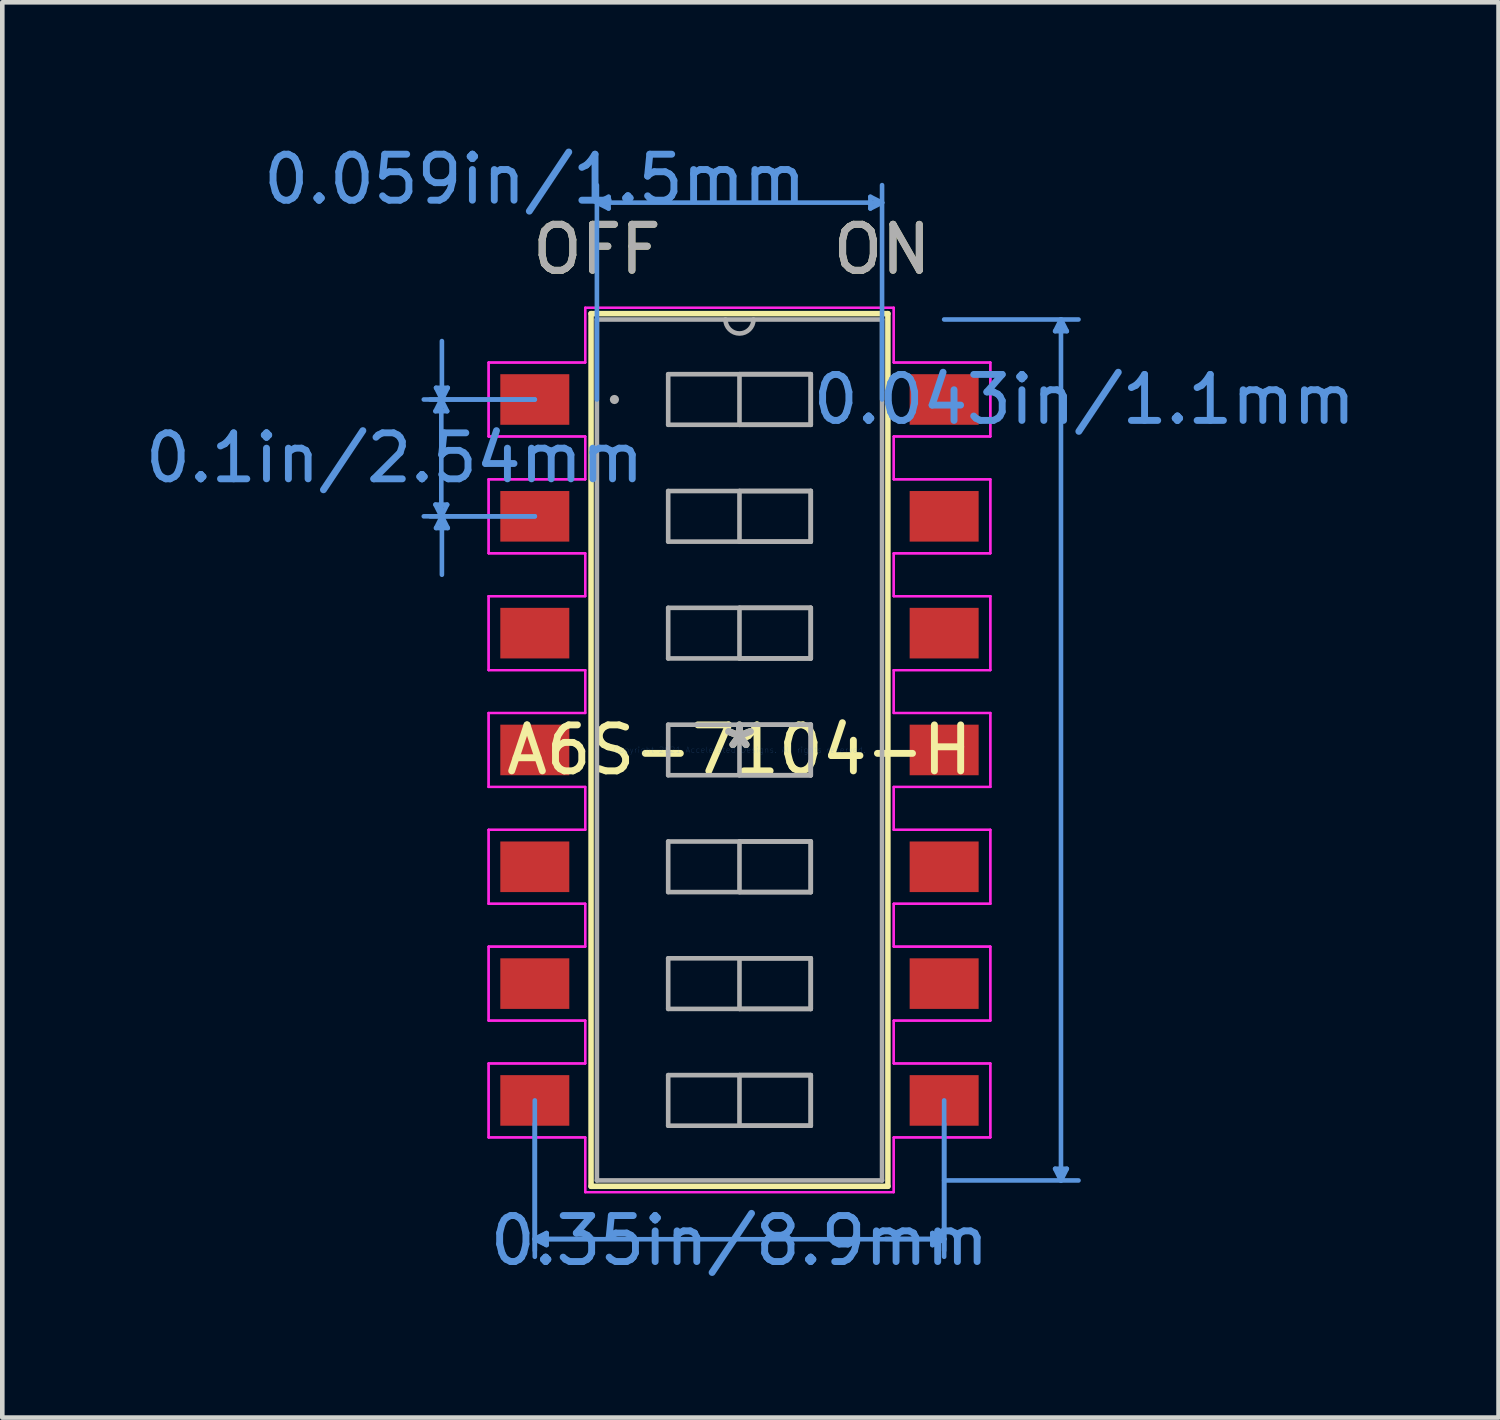
<source format=kicad_pcb>
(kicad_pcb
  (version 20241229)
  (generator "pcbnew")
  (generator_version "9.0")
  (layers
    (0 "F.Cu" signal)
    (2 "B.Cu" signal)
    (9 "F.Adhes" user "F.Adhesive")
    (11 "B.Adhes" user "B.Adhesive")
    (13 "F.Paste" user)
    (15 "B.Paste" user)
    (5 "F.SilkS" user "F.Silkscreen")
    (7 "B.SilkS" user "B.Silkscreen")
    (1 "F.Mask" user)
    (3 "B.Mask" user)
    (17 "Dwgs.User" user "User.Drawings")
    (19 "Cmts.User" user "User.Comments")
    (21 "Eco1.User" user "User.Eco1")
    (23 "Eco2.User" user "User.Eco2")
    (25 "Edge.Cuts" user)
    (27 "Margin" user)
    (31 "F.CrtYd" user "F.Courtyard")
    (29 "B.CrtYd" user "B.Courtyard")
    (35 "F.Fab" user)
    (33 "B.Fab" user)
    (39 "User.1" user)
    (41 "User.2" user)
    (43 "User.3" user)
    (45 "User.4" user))
  (footprint "A6S-7104-H"
    (layer "F.Cu")
    (at 13.028 13.256)
    (property "Reference" "A6S-7104-H" (at 0 0 0) (layer "F.SilkS") (effects (font (size 1 1) (thickness 0.15))))
    (attr through_hole)
    (fp_line (start -3.227 -9.487) (end -3.227 9.487) (stroke (width 0.12) (type solid)) (layer "F.SilkS"))
    (fp_line (start -3.227 9.487) (end 3.227 9.487) (stroke (width 0.12) (type solid)) (layer "F.SilkS"))
    (fp_line (start 3.227 -9.487) (end -3.227 -9.487) (stroke (width 0.12) (type solid)) (layer "F.SilkS"))
    (fp_line (start 3.227 9.487) (end 3.227 -9.487) (stroke (width 0.12) (type solid)) (layer "F.SilkS"))
    (fp_line (start -6.61 -5.334) (end -6.483 -5.08) (stroke (width 0.1) (type solid)) (layer "Cmts.User"))
    (fp_line (start -6.61 -7.366) (end -6.483 -7.62) (stroke (width 0.1) (type solid)) (layer "Cmts.User"))
    (fp_line (start -6.61 -7.366) (end -6.356 -7.366) (stroke (width 0.1) (type solid)) (layer "Cmts.User"))
    (fp_line (start -6.597 -7.874) (end -6.47 -7.62) (stroke (width 0.1) (type solid)) (layer "Cmts.User"))
    (fp_line (start -6.597 -4.826) (end -6.47 -5.08) (stroke (width 0.1) (type solid)) (layer "Cmts.User"))
    (fp_line (start -6.483 -7.62) (end -6.483 -5.08) (stroke (width 0.1) (type solid)) (layer "Cmts.User"))
    (fp_line (start -6.47 -7.62) (end -6.47 -8.89) (stroke (width 0.1) (type solid)) (layer "Cmts.User"))
    (fp_line (start -6.47 -7.62) (end -6.343 -7.874) (stroke (width 0.1) (type solid)) (layer "Cmts.User"))
    (fp_line (start -6.47 -5.08) (end -6.47 -3.81) (stroke (width 0.1) (type solid)) (layer "Cmts.User"))
    (fp_line (start -6.47 -5.08) (end -6.343 -4.826) (stroke (width 0.1) (type solid)) (layer "Cmts.User"))
    (fp_line (start -6.356 -5.334) (end -6.61 -5.334) (stroke (width 0.1) (type solid)) (layer "Cmts.User"))
    (fp_line (start -6.356 -5.334) (end -6.483 -5.08) (stroke (width 0.1) (type solid)) (layer "Cmts.User"))
    (fp_line (start -6.356 -7.366) (end -6.483 -7.62) (stroke (width 0.1) (type solid)) (layer "Cmts.User"))
    (fp_line (start -6.343 -7.874) (end -6.597 -7.874) (stroke (width 0.1) (type solid)) (layer "Cmts.User"))
    (fp_line (start -6.343 -4.826) (end -6.597 -4.826) (stroke (width 0.1) (type solid)) (layer "Cmts.User"))
    (fp_line (start -4.45 10.638) (end 4.45 10.638) (stroke (width 0.1) (type solid)) (layer "Cmts.User"))
    (fp_line (start -4.45 8.128) (end -4.45 11.019) (stroke (width 0.1) (type solid)) (layer "Cmts.User"))
    (fp_line (start -4.45 -7.62) (end -6.864 -7.62) (stroke (width 0.1) (type solid)) (layer "Cmts.User"))
    (fp_line (start -4.45 -7.62) (end -6.724 -7.62) (stroke (width 0.1) (type solid)) (layer "Cmts.User"))
    (fp_line (start -4.45 -5.08) (end -6.864 -5.08) (stroke (width 0.1) (type solid)) (layer "Cmts.User"))
    (fp_line (start -4.45 -5.08) (end -6.724 -5.08) (stroke (width 0.1) (type solid)) (layer "Cmts.User"))
    (fp_line (start -4.45 7.62) (end -4.45 10.884) (stroke (width 0.1) (type solid)) (layer "Cmts.User"))
    (fp_line (start -4.45 10.63) (end -4.196 10.757) (stroke (width 0.1) (type solid)) (layer "Cmts.User"))
    (fp_line (start -4.45 10.63) (end -3.18 10.63) (stroke (width 0.1) (type solid)) (layer "Cmts.User"))
    (fp_line (start -4.196 10.511) (end -4.45 10.638) (stroke (width 0.1) (type solid)) (layer "Cmts.User"))
    (fp_line (start -4.196 10.765) (end -4.45 10.638) (stroke (width 0.1) (type solid)) (layer "Cmts.User"))
    (fp_line (start -4.196 10.765) (end -4.196 10.511) (stroke (width 0.1) (type solid)) (layer "Cmts.User"))
    (fp_line (start -4.196 10.503) (end -4.45 10.63) (stroke (width 0.1) (type solid)) (layer "Cmts.User"))
    (fp_line (start -4.196 10.757) (end -4.196 10.503) (stroke (width 0.1) (type solid)) (layer "Cmts.User"))
    (fp_line (start -3.1 -11.9) (end -2.846 -12.027) (stroke (width 0.1) (type solid)) (layer "Cmts.User"))
    (fp_line (start -3.1 -11.9) (end -2.846 -11.773) (stroke (width 0.1) (type solid)) (layer "Cmts.User"))
    (fp_line (start -3.1 -11.9) (end 3.1 -11.9) (stroke (width 0.1) (type solid)) (layer "Cmts.User"))
    (fp_line (start -3.1 -7.62) (end -3.1 -12.281) (stroke (width 0.1) (type solid)) (layer "Cmts.User"))
    (fp_line (start -2.846 -12.027) (end -2.846 -11.773) (stroke (width 0.1) (type solid)) (layer "Cmts.User"))
    (fp_line (start 2.846 -12.027) (end 2.846 -11.773) (stroke (width 0.1) (type solid)) (layer "Cmts.User"))
    (fp_line (start 3.1 -11.9) (end 2.846 -12.027) (stroke (width 0.1) (type solid)) (layer "Cmts.User"))
    (fp_line (start 3.1 -11.9) (end 2.846 -11.773) (stroke (width 0.1) (type solid)) (layer "Cmts.User"))
    (fp_line (start 3.1 -7.62) (end 3.1 -12.281) (stroke (width 0.1) (type solid)) (layer "Cmts.User"))
    (fp_line (start 4.196 10.511) (end 4.196 10.765) (stroke (width 0.1) (type solid)) (layer "Cmts.User"))
    (fp_line (start 4.196 10.511) (end 4.45 10.638) (stroke (width 0.1) (type solid)) (layer "Cmts.User"))
    (fp_line (start 4.196 10.765) (end 4.45 10.638) (stroke (width 0.1) (type solid)) (layer "Cmts.User"))
    (fp_line (start 4.196 10.503) (end 4.45 10.63) (stroke (width 0.1) (type solid)) (layer "Cmts.User"))
    (fp_line (start 4.196 10.757) (end 4.196 10.503) (stroke (width 0.1) (type solid)) (layer "Cmts.User"))
    (fp_line (start 4.45 -9.36) (end 7.371 -9.36) (stroke (width 0.1) (type solid)) (layer "Cmts.User"))
    (fp_line (start 4.45 7.62) (end 4.45 10.884) (stroke (width 0.1) (type solid)) (layer "Cmts.User"))
    (fp_line (start 4.45 8.128) (end 4.45 11.019) (stroke (width 0.1) (type solid)) (layer "Cmts.User"))
    (fp_line (start 4.45 9.36) (end 7.371 9.36) (stroke (width 0.1) (type solid)) (layer "Cmts.User"))
    (fp_line (start 4.45 10.63) (end 3.18 10.63) (stroke (width 0.1) (type solid)) (layer "Cmts.User"))
    (fp_line (start 4.45 10.63) (end 4.196 10.757) (stroke (width 0.1) (type solid)) (layer "Cmts.User"))
    (fp_line (start 6.863 -9.106) (end 7.117 -9.106) (stroke (width 0.1) (type solid)) (layer "Cmts.User"))
    (fp_line (start 6.863 9.106) (end 7.117 9.106) (stroke (width 0.1) (type solid)) (layer "Cmts.User"))
    (fp_line (start 6.99 -9.36) (end 6.863 -9.106) (stroke (width 0.1) (type solid)) (layer "Cmts.User"))
    (fp_line (start 6.99 -9.36) (end 6.99 9.36) (stroke (width 0.1) (type solid)) (layer "Cmts.User"))
    (fp_line (start 6.99 -9.36) (end 7.117 -9.106) (stroke (width 0.1) (type solid)) (layer "Cmts.User"))
    (fp_line (start 6.99 9.36) (end 6.863 9.106) (stroke (width 0.1) (type solid)) (layer "Cmts.User"))
    (fp_line (start 6.99 9.36) (end 7.117 9.106) (stroke (width 0.1) (type solid)) (layer "Cmts.User"))
    (fp_line (start -5.454 -8.424) (end -5.454 -6.816) (stroke (width 0.05) (type solid)) (layer "F.CrtYd"))
    (fp_line (start -5.454 -8.424) (end -5.454 -6.816) (stroke (width 0.05) (type solid)) (layer "F.CrtYd"))
    (fp_line (start -5.454 -6.816) (end -3.354 -6.816) (stroke (width 0.05) (type solid)) (layer "F.CrtYd"))
    (fp_line (start -5.454 -6.816) (end -3.354 -6.816) (stroke (width 0.05) (type solid)) (layer "F.CrtYd"))
    (fp_line (start -5.454 -5.884) (end -5.454 -4.276) (stroke (width 0.05) (type solid)) (layer "F.CrtYd"))
    (fp_line (start -5.454 -5.884) (end -5.454 -4.276) (stroke (width 0.05) (type solid)) (layer "F.CrtYd"))
    (fp_line (start -5.454 -4.276) (end -3.354 -4.276) (stroke (width 0.05) (type solid)) (layer "F.CrtYd"))
    (fp_line (start -5.454 -4.276) (end -3.354 -4.276) (stroke (width 0.05) (type solid)) (layer "F.CrtYd"))
    (fp_line (start -5.454 -3.344) (end -5.454 -1.736) (stroke (width 0.05) (type solid)) (layer "F.CrtYd"))
    (fp_line (start -5.454 -3.344) (end -5.454 -1.736) (stroke (width 0.05) (type solid)) (layer "F.CrtYd"))
    (fp_line (start -5.454 -1.736) (end -3.354 -1.736) (stroke (width 0.05) (type solid)) (layer "F.CrtYd"))
    (fp_line (start -5.454 -1.736) (end -3.354 -1.736) (stroke (width 0.05) (type solid)) (layer "F.CrtYd"))
    (fp_line (start -5.454 -0.804) (end -5.454 0.804) (stroke (width 0.05) (type solid)) (layer "F.CrtYd"))
    (fp_line (start -5.454 -0.804) (end -5.454 0.804) (stroke (width 0.05) (type solid)) (layer "F.CrtYd"))
    (fp_line (start -5.454 0.804) (end -3.354 0.804) (stroke (width 0.05) (type solid)) (layer "F.CrtYd"))
    (fp_line (start -5.454 0.804) (end -3.354 0.804) (stroke (width 0.05) (type solid)) (layer "F.CrtYd"))
    (fp_line (start -5.454 1.736) (end -5.454 3.344) (stroke (width 0.05) (type solid)) (layer "F.CrtYd"))
    (fp_line (start -5.454 1.736) (end -5.454 3.344) (stroke (width 0.05) (type solid)) (layer "F.CrtYd"))
    (fp_line (start -5.454 3.344) (end -3.354 3.344) (stroke (width 0.05) (type solid)) (layer "F.CrtYd"))
    (fp_line (start -5.454 3.344) (end -3.354 3.344) (stroke (width 0.05) (type solid)) (layer "F.CrtYd"))
    (fp_line (start -5.454 4.276) (end -5.454 5.884) (stroke (width 0.05) (type solid)) (layer "F.CrtYd"))
    (fp_line (start -5.454 4.276) (end -5.454 5.884) (stroke (width 0.05) (type solid)) (layer "F.CrtYd"))
    (fp_line (start -5.454 5.884) (end -3.354 5.884) (stroke (width 0.05) (type solid)) (layer "F.CrtYd"))
    (fp_line (start -5.454 5.884) (end -3.354 5.884) (stroke (width 0.05) (type solid)) (layer "F.CrtYd"))
    (fp_line (start -5.454 6.816) (end -5.454 8.424) (stroke (width 0.05) (type solid)) (layer "F.CrtYd"))
    (fp_line (start -5.454 6.816) (end -5.454 8.424) (stroke (width 0.05) (type solid)) (layer "F.CrtYd"))
    (fp_line (start -5.454 8.424) (end -3.354 8.424) (stroke (width 0.05) (type solid)) (layer "F.CrtYd"))
    (fp_line (start -5.454 8.424) (end -3.354 8.424) (stroke (width 0.05) (type solid)) (layer "F.CrtYd"))
    (fp_line (start -3.354 -9.614) (end -3.354 -8.424) (stroke (width 0.05) (type solid)) (layer "F.CrtYd"))
    (fp_line (start -3.354 -9.614) (end -3.354 -8.424) (stroke (width 0.05) (type solid)) (layer "F.CrtYd"))
    (fp_line (start -3.354 -8.424) (end -5.454 -8.424) (stroke (width 0.05) (type solid)) (layer "F.CrtYd"))
    (fp_line (start -3.354 -8.424) (end -5.454 -8.424) (stroke (width 0.05) (type solid)) (layer "F.CrtYd"))
    (fp_line (start -3.354 -6.816) (end -3.354 -5.884) (stroke (width 0.05) (type solid)) (layer "F.CrtYd"))
    (fp_line (start -3.354 -6.816) (end -3.354 -5.884) (stroke (width 0.05) (type solid)) (layer "F.CrtYd"))
    (fp_line (start -3.354 -5.884) (end -5.454 -5.884) (stroke (width 0.05) (type solid)) (layer "F.CrtYd"))
    (fp_line (start -3.354 -5.884) (end -5.454 -5.884) (stroke (width 0.05) (type solid)) (layer "F.CrtYd"))
    (fp_line (start -3.354 -4.276) (end -3.354 -3.344) (stroke (width 0.05) (type solid)) (layer "F.CrtYd"))
    (fp_line (start -3.354 -4.276) (end -3.354 -3.344) (stroke (width 0.05) (type solid)) (layer "F.CrtYd"))
    (fp_line (start -3.354 -3.344) (end -5.454 -3.344) (stroke (width 0.05) (type solid)) (layer "F.CrtYd"))
    (fp_line (start -3.354 -3.344) (end -5.454 -3.344) (stroke (width 0.05) (type solid)) (layer "F.CrtYd"))
    (fp_line (start -3.354 -1.736) (end -3.354 -0.804) (stroke (width 0.05) (type solid)) (layer "F.CrtYd"))
    (fp_line (start -3.354 -1.736) (end -3.354 -0.804) (stroke (width 0.05) (type solid)) (layer "F.CrtYd"))
    (fp_line (start -3.354 -0.804) (end -5.454 -0.804) (stroke (width 0.05) (type solid)) (layer "F.CrtYd"))
    (fp_line (start -3.354 -0.804) (end -5.454 -0.804) (stroke (width 0.05) (type solid)) (layer "F.CrtYd"))
    (fp_line (start -3.354 0.804) (end -3.354 1.736) (stroke (width 0.05) (type solid)) (layer "F.CrtYd"))
    (fp_line (start -3.354 0.804) (end -3.354 1.736) (stroke (width 0.05) (type solid)) (layer "F.CrtYd"))
    (fp_line (start -3.354 1.736) (end -5.454 1.736) (stroke (width 0.05) (type solid)) (layer "F.CrtYd"))
    (fp_line (start -3.354 1.736) (end -5.454 1.736) (stroke (width 0.05) (type solid)) (layer "F.CrtYd"))
    (fp_line (start -3.354 3.344) (end -3.354 4.276) (stroke (width 0.05) (type solid)) (layer "F.CrtYd"))
    (fp_line (start -3.354 3.344) (end -3.354 4.276) (stroke (width 0.05) (type solid)) (layer "F.CrtYd"))
    (fp_line (start -3.354 4.276) (end -5.454 4.276) (stroke (width 0.05) (type solid)) (layer "F.CrtYd"))
    (fp_line (start -3.354 4.276) (end -5.454 4.276) (stroke (width 0.05) (type solid)) (layer "F.CrtYd"))
    (fp_line (start -3.354 5.884) (end -3.354 6.816) (stroke (width 0.05) (type solid)) (layer "F.CrtYd"))
    (fp_line (start -3.354 5.884) (end -3.354 6.816) (stroke (width 0.05) (type solid)) (layer "F.CrtYd"))
    (fp_line (start -3.354 6.816) (end -5.454 6.816) (stroke (width 0.05) (type solid)) (layer "F.CrtYd"))
    (fp_line (start -3.354 6.816) (end -5.454 6.816) (stroke (width 0.05) (type solid)) (layer "F.CrtYd"))
    (fp_line (start -3.354 8.424) (end -3.354 9.614) (stroke (width 0.05) (type solid)) (layer "F.CrtYd"))
    (fp_line (start -3.354 8.424) (end -3.354 9.614) (stroke (width 0.05) (type solid)) (layer "F.CrtYd"))
    (fp_line (start -3.354 9.614) (end 3.354 9.614) (stroke (width 0.05) (type solid)) (layer "F.CrtYd"))
    (fp_line (start -3.354 9.614) (end 3.354 9.614) (stroke (width 0.05) (type solid)) (layer "F.CrtYd"))
    (fp_line (start 3.354 -9.614) (end -3.354 -9.614) (stroke (width 0.05) (type solid)) (layer "F.CrtYd"))
    (fp_line (start 3.354 -9.614) (end -3.354 -9.614) (stroke (width 0.05) (type solid)) (layer "F.CrtYd"))
    (fp_line (start 3.354 -8.424) (end 3.354 -9.614) (stroke (width 0.05) (type solid)) (layer "F.CrtYd"))
    (fp_line (start 3.354 -8.424) (end 3.354 -9.614) (stroke (width 0.05) (type solid)) (layer "F.CrtYd"))
    (fp_line (start 3.354 -6.816) (end 5.454 -6.816) (stroke (width 0.05) (type solid)) (layer "F.CrtYd"))
    (fp_line (start 3.354 -6.816) (end 5.454 -6.816) (stroke (width 0.05) (type solid)) (layer "F.CrtYd"))
    (fp_line (start 3.354 -5.884) (end 3.354 -6.816) (stroke (width 0.05) (type solid)) (layer "F.CrtYd"))
    (fp_line (start 3.354 -5.884) (end 3.354 -6.816) (stroke (width 0.05) (type solid)) (layer "F.CrtYd"))
    (fp_line (start 3.354 -4.276) (end 5.454 -4.276) (stroke (width 0.05) (type solid)) (layer "F.CrtYd"))
    (fp_line (start 3.354 -4.276) (end 5.454 -4.276) (stroke (width 0.05) (type solid)) (layer "F.CrtYd"))
    (fp_line (start 3.354 -3.344) (end 3.354 -4.276) (stroke (width 0.05) (type solid)) (layer "F.CrtYd"))
    (fp_line (start 3.354 -3.344) (end 3.354 -4.276) (stroke (width 0.05) (type solid)) (layer "F.CrtYd"))
    (fp_line (start 3.354 -1.736) (end 5.454 -1.736) (stroke (width 0.05) (type solid)) (layer "F.CrtYd"))
    (fp_line (start 3.354 -1.736) (end 5.454 -1.736) (stroke (width 0.05) (type solid)) (layer "F.CrtYd"))
    (fp_line (start 3.354 -0.804) (end 3.354 -1.736) (stroke (width 0.05) (type solid)) (layer "F.CrtYd"))
    (fp_line (start 3.354 -0.804) (end 3.354 -1.736) (stroke (width 0.05) (type solid)) (layer "F.CrtYd"))
    (fp_line (start 3.354 0.804) (end 5.454 0.804) (stroke (width 0.05) (type solid)) (layer "F.CrtYd"))
    (fp_line (start 3.354 0.804) (end 5.454 0.804) (stroke (width 0.05) (type solid)) (layer "F.CrtYd"))
    (fp_line (start 3.354 1.736) (end 3.354 0.804) (stroke (width 0.05) (type solid)) (layer "F.CrtYd"))
    (fp_line (start 3.354 1.736) (end 3.354 0.804) (stroke (width 0.05) (type solid)) (layer "F.CrtYd"))
    (fp_line (start 3.354 3.344) (end 5.454 3.344) (stroke (width 0.05) (type solid)) (layer "F.CrtYd"))
    (fp_line (start 3.354 3.344) (end 5.454 3.344) (stroke (width 0.05) (type solid)) (layer "F.CrtYd"))
    (fp_line (start 3.354 4.276) (end 3.354 3.344) (stroke (width 0.05) (type solid)) (layer "F.CrtYd"))
    (fp_line (start 3.354 4.276) (end 3.354 3.344) (stroke (width 0.05) (type solid)) (layer "F.CrtYd"))
    (fp_line (start 3.354 5.884) (end 5.454 5.884) (stroke (width 0.05) (type solid)) (layer "F.CrtYd"))
    (fp_line (start 3.354 5.884) (end 5.454 5.884) (stroke (width 0.05) (type solid)) (layer "F.CrtYd"))
    (fp_line (start 3.354 6.816) (end 3.354 5.884) (stroke (width 0.05) (type solid)) (layer "F.CrtYd"))
    (fp_line (start 3.354 6.816) (end 3.354 5.884) (stroke (width 0.05) (type solid)) (layer "F.CrtYd"))
    (fp_line (start 3.354 8.424) (end 5.454 8.424) (stroke (width 0.05) (type solid)) (layer "F.CrtYd"))
    (fp_line (start 3.354 8.424) (end 5.454 8.424) (stroke (width 0.05) (type solid)) (layer "F.CrtYd"))
    (fp_line (start 3.354 9.614) (end 3.354 8.424) (stroke (width 0.05) (type solid)) (layer "F.CrtYd"))
    (fp_line (start 3.354 9.614) (end 3.354 8.424) (stroke (width 0.05) (type solid)) (layer "F.CrtYd"))
    (fp_line (start 5.454 -8.424) (end 3.354 -8.424) (stroke (width 0.05) (type solid)) (layer "F.CrtYd"))
    (fp_line (start 5.454 -8.424) (end 3.354 -8.424) (stroke (width 0.05) (type solid)) (layer "F.CrtYd"))
    (fp_line (start 5.454 -6.816) (end 5.454 -8.424) (stroke (width 0.05) (type solid)) (layer "F.CrtYd"))
    (fp_line (start 5.454 -6.816) (end 5.454 -8.424) (stroke (width 0.05) (type solid)) (layer "F.CrtYd"))
    (fp_line (start 5.454 -5.884) (end 3.354 -5.884) (stroke (width 0.05) (type solid)) (layer "F.CrtYd"))
    (fp_line (start 5.454 -5.884) (end 3.354 -5.884) (stroke (width 0.05) (type solid)) (layer "F.CrtYd"))
    (fp_line (start 5.454 -4.276) (end 5.454 -5.884) (stroke (width 0.05) (type solid)) (layer "F.CrtYd"))
    (fp_line (start 5.454 -4.276) (end 5.454 -5.884) (stroke (width 0.05) (type solid)) (layer "F.CrtYd"))
    (fp_line (start 5.454 -3.344) (end 3.354 -3.344) (stroke (width 0.05) (type solid)) (layer "F.CrtYd"))
    (fp_line (start 5.454 -3.344) (end 3.354 -3.344) (stroke (width 0.05) (type solid)) (layer "F.CrtYd"))
    (fp_line (start 5.454 -1.736) (end 5.454 -3.344) (stroke (width 0.05) (type solid)) (layer "F.CrtYd"))
    (fp_line (start 5.454 -1.736) (end 5.454 -3.344) (stroke (width 0.05) (type solid)) (layer "F.CrtYd"))
    (fp_line (start 5.454 -0.804) (end 3.354 -0.804) (stroke (width 0.05) (type solid)) (layer "F.CrtYd"))
    (fp_line (start 5.454 -0.804) (end 3.354 -0.804) (stroke (width 0.05) (type solid)) (layer "F.CrtYd"))
    (fp_line (start 5.454 0.804) (end 5.454 -0.804) (stroke (width 0.05) (type solid)) (layer "F.CrtYd"))
    (fp_line (start 5.454 0.804) (end 5.454 -0.804) (stroke (width 0.05) (type solid)) (layer "F.CrtYd"))
    (fp_line (start 5.454 1.736) (end 3.354 1.736) (stroke (width 0.05) (type solid)) (layer "F.CrtYd"))
    (fp_line (start 5.454 1.736) (end 3.354 1.736) (stroke (width 0.05) (type solid)) (layer "F.CrtYd"))
    (fp_line (start 5.454 3.344) (end 5.454 1.736) (stroke (width 0.05) (type solid)) (layer "F.CrtYd"))
    (fp_line (start 5.454 3.344) (end 5.454 1.736) (stroke (width 0.05) (type solid)) (layer "F.CrtYd"))
    (fp_line (start 5.454 4.276) (end 3.354 4.276) (stroke (width 0.05) (type solid)) (layer "F.CrtYd"))
    (fp_line (start 5.454 4.276) (end 3.354 4.276) (stroke (width 0.05) (type solid)) (layer "F.CrtYd"))
    (fp_line (start 5.454 5.884) (end 5.454 4.276) (stroke (width 0.05) (type solid)) (layer "F.CrtYd"))
    (fp_line (start 5.454 5.884) (end 5.454 4.276) (stroke (width 0.05) (type solid)) (layer "F.CrtYd"))
    (fp_line (start 5.454 6.816) (end 3.354 6.816) (stroke (width 0.05) (type solid)) (layer "F.CrtYd"))
    (fp_line (start 5.454 6.816) (end 3.354 6.816) (stroke (width 0.05) (type solid)) (layer "F.CrtYd"))
    (fp_line (start 5.454 8.424) (end 5.454 6.816) (stroke (width 0.05) (type solid)) (layer "F.CrtYd"))
    (fp_line (start 5.454 8.424) (end 5.454 6.816) (stroke (width 0.05) (type solid)) (layer "F.CrtYd"))
    (fp_line (start -3.1 -9.36) (end -3.1 9.36) (stroke (width 0.1) (type solid)) (layer "F.Fab"))
    (fp_line (start -3.1 9.36) (end 3.1 9.36) (stroke (width 0.1) (type solid)) (layer "F.Fab"))
    (fp_line (start -1.55 -8.17) (end 1.55 -8.17) (stroke (width 0.1) (type solid)) (layer "F.Fab"))
    (fp_line (start -1.55 -7.07) (end -1.55 -8.17) (stroke (width 0.1) (type solid)) (layer "F.Fab"))
    (fp_line (start -1.55 -5.63) (end 1.55 -5.63) (stroke (width 0.1) (type solid)) (layer "F.Fab"))
    (fp_line (start -1.55 -4.53) (end -1.55 -5.63) (stroke (width 0.1) (type solid)) (layer "F.Fab"))
    (fp_line (start -1.55 -3.09) (end 1.55 -3.09) (stroke (width 0.1) (type solid)) (layer "F.Fab"))
    (fp_line (start -1.55 -1.99) (end -1.55 -3.09) (stroke (width 0.1) (type solid)) (layer "F.Fab"))
    (fp_line (start -1.55 -0.55) (end 1.55 -0.55) (stroke (width 0.1) (type solid)) (layer "F.Fab"))
    (fp_line (start -1.55 0.55) (end -1.55 -0.55) (stroke (width 0.1) (type solid)) (layer "F.Fab"))
    (fp_line (start -1.55 1.99) (end 1.55 1.99) (stroke (width 0.1) (type solid)) (layer "F.Fab"))
    (fp_line (start -1.55 3.09) (end -1.55 1.99) (stroke (width 0.1) (type solid)) (layer "F.Fab"))
    (fp_line (start -1.55 4.53) (end 1.55 4.53) (stroke (width 0.1) (type solid)) (layer "F.Fab"))
    (fp_line (start -1.55 5.63) (end -1.55 4.53) (stroke (width 0.1) (type solid)) (layer "F.Fab"))
    (fp_line (start -1.55 7.07) (end 1.55 7.07) (stroke (width 0.1) (type solid)) (layer "F.Fab"))
    (fp_line (start -1.55 8.17) (end -1.55 7.07) (stroke (width 0.1) (type solid)) (layer "F.Fab"))
    (fp_line (start 0 -8.17) (end 1.55 -8.17) (stroke (width 0.1) (type solid)) (layer "F.Fab"))
    (fp_line (start 0 -7.07) (end 0 -8.17) (stroke (width 0.1) (type solid)) (layer "F.Fab"))
    (fp_line (start 0 -5.63) (end 1.55 -5.63) (stroke (width 0.1) (type solid)) (layer "F.Fab"))
    (fp_line (start 0 -4.53) (end 0 -5.63) (stroke (width 0.1) (type solid)) (layer "F.Fab"))
    (fp_line (start 0 -3.09) (end 1.55 -3.09) (stroke (width 0.1) (type solid)) (layer "F.Fab"))
    (fp_line (start 0 -1.99) (end 0 -3.09) (stroke (width 0.1) (type solid)) (layer "F.Fab"))
    (fp_line (start 0 -0.55) (end 1.55 -0.55) (stroke (width 0.1) (type solid)) (layer "F.Fab"))
    (fp_line (start 0 0.55) (end 0 -0.55) (stroke (width 0.1) (type solid)) (layer "F.Fab"))
    (fp_line (start 0 1.99) (end 1.55 1.99) (stroke (width 0.1) (type solid)) (layer "F.Fab"))
    (fp_line (start 0 3.09) (end 0 1.99) (stroke (width 0.1) (type solid)) (layer "F.Fab"))
    (fp_line (start 0 4.53) (end 1.55 4.53) (stroke (width 0.1) (type solid)) (layer "F.Fab"))
    (fp_line (start 0 5.63) (end 0 4.53) (stroke (width 0.1) (type solid)) (layer "F.Fab"))
    (fp_line (start 0 7.07) (end 1.55 7.07) (stroke (width 0.1) (type solid)) (layer "F.Fab"))
    (fp_line (start 0 8.17) (end 0 7.07) (stroke (width 0.1) (type solid)) (layer "F.Fab"))
    (fp_line (start 1.55 -8.17) (end 1.55 -7.07) (stroke (width 0.1) (type solid)) (layer "F.Fab"))
    (fp_line (start 1.55 -8.17) (end 1.55 -7.07) (stroke (width 0.1) (type solid)) (layer "F.Fab"))
    (fp_line (start 1.55 -7.07) (end -1.55 -7.07) (stroke (width 0.1) (type solid)) (layer "F.Fab"))
    (fp_line (start 1.55 -7.07) (end 0 -7.07) (stroke (width 0.1) (type solid)) (layer "F.Fab"))
    (fp_line (start 1.55 -5.63) (end 1.55 -4.53) (stroke (width 0.1) (type solid)) (layer "F.Fab"))
    (fp_line (start 1.55 -5.63) (end 1.55 -4.53) (stroke (width 0.1) (type solid)) (layer "F.Fab"))
    (fp_line (start 1.55 -4.53) (end -1.55 -4.53) (stroke (width 0.1) (type solid)) (layer "F.Fab"))
    (fp_line (start 1.55 -4.53) (end 0 -4.53) (stroke (width 0.1) (type solid)) (layer "F.Fab"))
    (fp_line (start 1.55 -3.09) (end 1.55 -1.99) (stroke (width 0.1) (type solid)) (layer "F.Fab"))
    (fp_line (start 1.55 -3.09) (end 1.55 -1.99) (stroke (width 0.1) (type solid)) (layer "F.Fab"))
    (fp_line (start 1.55 -1.99) (end -1.55 -1.99) (stroke (width 0.1) (type solid)) (layer "F.Fab"))
    (fp_line (start 1.55 -1.99) (end 0 -1.99) (stroke (width 0.1) (type solid)) (layer "F.Fab"))
    (fp_line (start 1.55 -0.55) (end 1.55 0.55) (stroke (width 0.1) (type solid)) (layer "F.Fab"))
    (fp_line (start 1.55 -0.55) (end 1.55 0.55) (stroke (width 0.1) (type solid)) (layer "F.Fab"))
    (fp_line (start 1.55 0.55) (end -1.55 0.55) (stroke (width 0.1) (type solid)) (layer "F.Fab"))
    (fp_line (start 1.55 0.55) (end 0 0.55) (stroke (width 0.1) (type solid)) (layer "F.Fab"))
    (fp_line (start 1.55 1.99) (end 1.55 3.09) (stroke (width 0.1) (type solid)) (layer "F.Fab"))
    (fp_line (start 1.55 1.99) (end 1.55 3.09) (stroke (width 0.1) (type solid)) (layer "F.Fab"))
    (fp_line (start 1.55 3.09) (end -1.55 3.09) (stroke (width 0.1) (type solid)) (layer "F.Fab"))
    (fp_line (start 1.55 3.09) (end 0 3.09) (stroke (width 0.1) (type solid)) (layer "F.Fab"))
    (fp_line (start 1.55 4.53) (end 1.55 5.63) (stroke (width 0.1) (type solid)) (layer "F.Fab"))
    (fp_line (start 1.55 4.53) (end 1.55 5.63) (stroke (width 0.1) (type solid)) (layer "F.Fab"))
    (fp_line (start 1.55 5.63) (end -1.55 5.63) (stroke (width 0.1) (type solid)) (layer "F.Fab"))
    (fp_line (start 1.55 5.63) (end 0 5.63) (stroke (width 0.1) (type solid)) (layer "F.Fab"))
    (fp_line (start 1.55 7.07) (end 1.55 8.17) (stroke (width 0.1) (type solid)) (layer "F.Fab"))
    (fp_line (start 1.55 7.07) (end 1.55 8.17) (stroke (width 0.1) (type solid)) (layer "F.Fab"))
    (fp_line (start 1.55 8.17) (end -1.55 8.17) (stroke (width 0.1) (type solid)) (layer "F.Fab"))
    (fp_line (start 1.55 8.17) (end 0 8.17) (stroke (width 0.1) (type solid)) (layer "F.Fab"))
    (fp_line (start 3.1 -9.36) (end -3.1 -9.36) (stroke (width 0.1) (type solid)) (layer "F.Fab"))
    (fp_line (start 3.1 9.36) (end 3.1 -9.36) (stroke (width 0.1) (type solid)) (layer "F.Fab"))
    (fp_arc (start 0.3048 -9.359999) (mid 0 -9.055199) (end -0.3048 -9.359999) (stroke (width 0.1) (type solid)) (layer "F.Fab"))
    (fp_circle (center -2.719 -7.62) (end -2.719 -7.62) (stroke (width 0.1) (type solid)) (fill no) (layer "F.Fab"))
    (fp_text user "OFF" (at -3.1 -10.884 0) (layer "F.SilkS") (effects (font (size 1 1) (thickness 0.15))))
    (fp_text user "*" (at 0 0 0) (layer "F.SilkS") (effects (font (size 1 1) (thickness 0.15))))
    (fp_text user "ON" (at 3.1 -10.884 0) (layer "F.SilkS") (effects (font (size 1 1) (thickness 0.15))))
    (fp_text user "0.35in/8.9mm" (at 0 10.668 0) (layer "Cmts.User") (effects (font (size 1 1) (thickness 0.15))))
    (fp_text user "0.1in/2.54mm" (at -7.498 -6.35 0) (layer "Cmts.User") (effects (font (size 1 1) (thickness 0.15))))
    (fp_text user "0.059in/1.5mm" (at -4.45 -12.408 0) (layer "Cmts.User") (effects (font (size 1 1) (thickness 0.15))))
    (fp_text user "Copyright 2021 Accelerated Designs. All rights reserved." (at 0 0 0) (layer "Cmts.User") (effects (font (size 0.127 0.127) (thickness 0.002))))
    (fp_text user "0.043in/1.1mm" (at 7.498 -7.62 0) (layer "Cmts.User") (effects (font (size 1 1) (thickness 0.15))))
    (fp_text user "ON" (at 3.1 -10.884 0) (layer "F.Fab") (effects (font (size 1 1) (thickness 0.15))))
    (fp_text user "OFF" (at -3.1 -10.884 0) (layer "F.Fab") (effects (font (size 1 1) (thickness 0.15))))
    (fp_text user "*" (at 0 0 0) (layer "F.Fab") (effects (font (size 1 1) (thickness 0.15))))
    (pad "1" smd rect (at -4.45 -7.62) (size 1.5 1.1) (layers "F.Cu" "F.Mask" "F.Paste"))
    (pad "2" smd rect (at -4.45 -5.08) (size 1.5 1.1) (layers "F.Cu" "F.Mask" "F.Paste"))
    (pad "3" smd rect (at -4.45 -2.54) (size 1.5 1.1) (layers "F.Cu" "F.Mask" "F.Paste"))
    (pad "4" smd rect (at -4.45 0) (size 1.5 1.1) (layers "F.Cu" "F.Mask" "F.Paste"))
    (pad "5" smd rect (at -4.45 2.54) (size 1.5 1.1) (layers "F.Cu" "F.Mask" "F.Paste"))
    (pad "6" smd rect (at -4.45 5.08) (size 1.5 1.1) (layers "F.Cu" "F.Mask" "F.Paste"))
    (pad "7" smd rect (at -4.45 7.62) (size 1.5 1.1) (layers "F.Cu" "F.Mask" "F.Paste"))
    (pad "8" smd rect (at 4.45 7.62) (size 1.5 1.1) (layers "F.Cu" "F.Mask" "F.Paste"))
    (pad "9" smd rect (at 4.45 5.08) (size 1.5 1.1) (layers "F.Cu" "F.Mask" "F.Paste"))
    (pad "10" smd rect (at 4.45 2.54) (size 1.5 1.1) (layers "F.Cu" "F.Mask" "F.Paste"))
    (pad "11" smd rect (at 4.45 0) (size 1.5 1.1) (layers "F.Cu" "F.Mask" "F.Paste"))
    (pad "12" smd rect (at 4.45 -2.54) (size 1.5 1.1) (layers "F.Cu" "F.Mask" "F.Paste"))
    (pad "13" smd rect (at 4.45 -5.08) (size 1.5 1.1) (layers "F.Cu" "F.Mask" "F.Paste"))
    (pad "14" smd rect (at 4.45 -7.62) (size 1.5 1.1) (layers "F.Cu" "F.Mask" "F.Paste")))
  (gr_rect
    (start -3 -3)
    (end 29.532 27.772)
    (stroke (width 0.1) (type default))
    (fill no)
    (layer "Edge.Cuts")))
</source>
